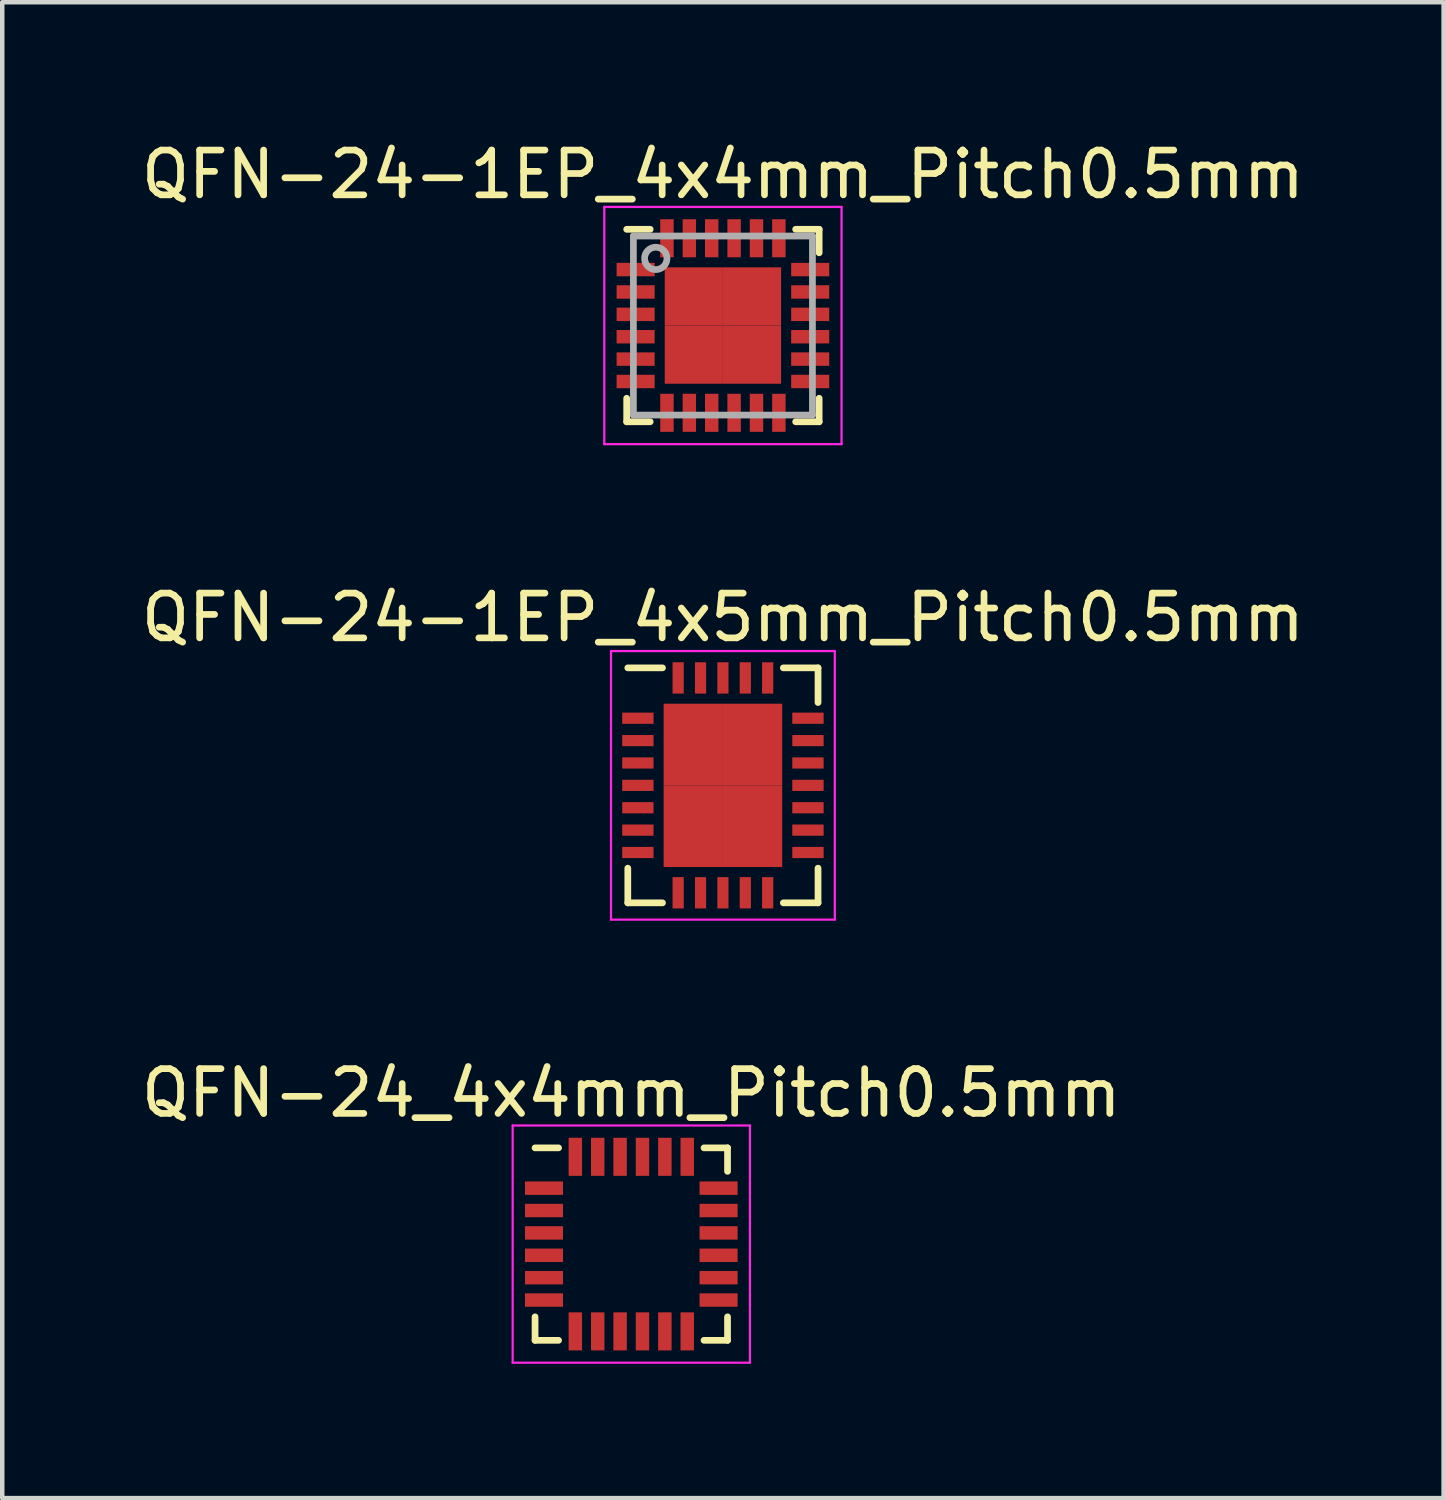
<source format=kicad_pcb>
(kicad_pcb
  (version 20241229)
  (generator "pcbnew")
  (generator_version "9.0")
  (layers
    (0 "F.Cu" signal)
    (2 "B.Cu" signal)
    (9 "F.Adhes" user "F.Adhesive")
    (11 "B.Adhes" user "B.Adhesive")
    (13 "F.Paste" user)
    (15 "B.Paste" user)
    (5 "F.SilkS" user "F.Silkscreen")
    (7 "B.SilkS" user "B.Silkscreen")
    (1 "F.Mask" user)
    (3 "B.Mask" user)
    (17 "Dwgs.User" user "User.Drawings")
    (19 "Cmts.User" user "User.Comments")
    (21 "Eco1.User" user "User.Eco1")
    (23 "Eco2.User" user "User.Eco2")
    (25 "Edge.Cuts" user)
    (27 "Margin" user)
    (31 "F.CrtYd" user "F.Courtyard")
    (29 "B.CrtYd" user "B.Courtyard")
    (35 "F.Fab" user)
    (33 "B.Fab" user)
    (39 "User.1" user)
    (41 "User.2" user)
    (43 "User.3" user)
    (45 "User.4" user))
  (footprint "QFN-24-1EP_4x5mm_Pitch0.5mm"
    (layer "F.Cu")
    (at 13.101 14.496)
    (property "Reference" "QFN-24-1EP_4x5mm_Pitch0.5mm" (at 0 -3.75 0) (layer "F.SilkS") (effects (font (size 1 1) (thickness 0.15))))
    (attr smd)
    (fp_line (start -2.125 -2.625) (end -1.35 -2.625) (stroke (width 0.15) (type solid)) (layer "F.SilkS"))
    (fp_line (start -2.125 2.625) (end -2.125 1.85) (stroke (width 0.15) (type solid)) (layer "F.SilkS"))
    (fp_line (start -2.125 2.625) (end -1.35 2.625) (stroke (width 0.15) (type solid)) (layer "F.SilkS"))
    (fp_line (start 2.125 -2.625) (end 1.35 -2.625) (stroke (width 0.15) (type solid)) (layer "F.SilkS"))
    (fp_line (start 2.125 -2.625) (end 2.125 -1.85) (stroke (width 0.15) (type solid)) (layer "F.SilkS"))
    (fp_line (start 2.125 2.625) (end 1.35 2.625) (stroke (width 0.15) (type solid)) (layer "F.SilkS"))
    (fp_line (start 2.125 2.625) (end 2.125 1.85) (stroke (width 0.15) (type solid)) (layer "F.SilkS"))
    (fp_line (start -2.5 -3) (end -2.5 3) (stroke (width 0.05) (type solid)) (layer "F.CrtYd"))
    (fp_line (start -2.5 -3) (end 2.5 -3) (stroke (width 0.05) (type solid)) (layer "F.CrtYd"))
    (fp_line (start -2.5 3) (end 2.5 3) (stroke (width 0.05) (type solid)) (layer "F.CrtYd"))
    (fp_line (start 2.5 -3) (end 2.5 3) (stroke (width 0.05) (type solid)) (layer "F.CrtYd"))
    (pad "1" smd rect (at -1.9 -1.5) (size 0.7 0.25) (layers "F.Cu" "F.Mask" "F.Paste"))
    (pad "2" smd rect (at -1.9 -1) (size 0.7 0.25) (layers "F.Cu" "F.Mask" "F.Paste"))
    (pad "3" smd rect (at -1.9 -0.5) (size 0.7 0.25) (layers "F.Cu" "F.Mask" "F.Paste"))
    (pad "4" smd rect (at -1.9 0) (size 0.7 0.25) (layers "F.Cu" "F.Mask" "F.Paste"))
    (pad "5" smd rect (at -1.9 0.5) (size 0.7 0.25) (layers "F.Cu" "F.Mask" "F.Paste"))
    (pad "6" smd rect (at -1.9 1) (size 0.7 0.25) (layers "F.Cu" "F.Mask" "F.Paste"))
    (pad "7" smd rect (at -1.9 1.5) (size 0.7 0.25) (layers "F.Cu" "F.Mask" "F.Paste"))
    (pad "8" smd rect (at -1 2.4 90) (size 0.7 0.25) (layers "F.Cu" "F.Mask" "F.Paste"))
    (pad "9" smd rect (at -0.5 2.4 90) (size 0.7 0.25) (layers "F.Cu" "F.Mask" "F.Paste"))
    (pad "10" smd rect (at 0 2.4 90) (size 0.7 0.25) (layers "F.Cu" "F.Mask" "F.Paste"))
    (pad "11" smd rect (at 0.5 2.4 90) (size 0.7 0.25) (layers "F.Cu" "F.Mask" "F.Paste"))
    (pad "12" smd rect (at 1 2.4 90) (size 0.7 0.25) (layers "F.Cu" "F.Mask" "F.Paste"))
    (pad "13" smd rect (at 1.9 1.5) (size 0.7 0.25) (layers "F.Cu" "F.Mask" "F.Paste"))
    (pad "14" smd rect (at 1.9 1) (size 0.7 0.25) (layers "F.Cu" "F.Mask" "F.Paste"))
    (pad "15" smd rect (at 1.9 0.5) (size 0.7 0.25) (layers "F.Cu" "F.Mask" "F.Paste"))
    (pad "16" smd rect (at 1.9 0) (size 0.7 0.25) (layers "F.Cu" "F.Mask" "F.Paste"))
    (pad "17" smd rect (at 1.9 -0.5) (size 0.7 0.25) (layers "F.Cu" "F.Mask" "F.Paste"))
    (pad "18" smd rect (at 1.9 -1) (size 0.7 0.25) (layers "F.Cu" "F.Mask" "F.Paste"))
    (pad "19" smd rect (at 1.9 -1.5) (size 0.7 0.25) (layers "F.Cu" "F.Mask" "F.Paste"))
    (pad "20" smd rect (at 1 -2.4 90) (size 0.7 0.25) (layers "F.Cu" "F.Mask" "F.Paste"))
    (pad "21" smd rect (at 0.5 -2.4 90) (size 0.7 0.25) (layers "F.Cu" "F.Mask" "F.Paste"))
    (pad "22" smd rect (at 0 -2.4 90) (size 0.7 0.25) (layers "F.Cu" "F.Mask" "F.Paste"))
    (pad "23" smd rect (at -0.5 -2.4 90) (size 0.7 0.25) (layers "F.Cu" "F.Mask" "F.Paste"))
    (pad "24" smd rect (at -1 -2.4 90) (size 0.7 0.25) (layers "F.Cu" "F.Mask" "F.Paste"))
    (pad "25" smd rect (at -0.662 -0.912) (size 1.325 1.825) (layers "F.Cu" "F.Mask" "F.Paste"))
    (pad "25" smd rect (at -0.662 0.912) (size 1.325 1.825) (layers "F.Cu" "F.Mask" "F.Paste"))
    (pad "25" smd rect (at 0.662 -0.912) (size 1.325 1.825) (layers "F.Cu" "F.Mask" "F.Paste"))
    (pad "25" smd rect (at 0.662 0.912) (size 1.325 1.825) (layers "F.Cu" "F.Mask" "F.Paste")))
  (footprint "QFN-24_4x4mm_Pitch0.5mm"
    (layer "F.Cu")
    (at 11.054 24.745)
    (property "Reference" "QFN-24_4x4mm_Pitch0.5mm" (at 0 -3.375 0) (layer "F.SilkS") (effects (font (size 1 1) (thickness 0.15))))
    (attr smd)
    (fp_line (start -2.15 -2.15) (end -1.625 -2.15) (stroke (width 0.15) (type solid)) (layer "F.SilkS"))
    (fp_line (start -2.15 2.15) (end -2.15 1.625) (stroke (width 0.15) (type solid)) (layer "F.SilkS"))
    (fp_line (start -2.15 2.15) (end -1.625 2.15) (stroke (width 0.15) (type solid)) (layer "F.SilkS"))
    (fp_line (start 2.15 -2.15) (end 1.625 -2.15) (stroke (width 0.15) (type solid)) (layer "F.SilkS"))
    (fp_line (start 2.15 -2.15) (end 2.15 -1.625) (stroke (width 0.15) (type solid)) (layer "F.SilkS"))
    (fp_line (start 2.15 2.15) (end 1.625 2.15) (stroke (width 0.15) (type solid)) (layer "F.SilkS"))
    (fp_line (start 2.15 2.15) (end 2.15 1.625) (stroke (width 0.15) (type solid)) (layer "F.SilkS"))
    (fp_line (start -2.65 -2.65) (end -2.65 2.65) (stroke (width 0.05) (type solid)) (layer "F.CrtYd"))
    (fp_line (start -2.65 -2.65) (end 2.65 -2.65) (stroke (width 0.05) (type solid)) (layer "F.CrtYd"))
    (fp_line (start -2.65 2.65) (end 2.65 2.65) (stroke (width 0.05) (type solid)) (layer "F.CrtYd"))
    (fp_line (start 2.65 -2.65) (end 2.65 2.65) (stroke (width 0.05) (type solid)) (layer "F.CrtYd"))
    (pad "1" smd rect (at -1.95 -1.25) (size 0.85 0.3) (layers "F.Cu" "F.Mask" "F.Paste"))
    (pad "2" smd rect (at -1.95 -0.75) (size 0.85 0.3) (layers "F.Cu" "F.Mask" "F.Paste"))
    (pad "3" smd rect (at -1.95 -0.25) (size 0.85 0.3) (layers "F.Cu" "F.Mask" "F.Paste"))
    (pad "4" smd rect (at -1.95 0.25) (size 0.85 0.3) (layers "F.Cu" "F.Mask" "F.Paste"))
    (pad "5" smd rect (at -1.95 0.75) (size 0.85 0.3) (layers "F.Cu" "F.Mask" "F.Paste"))
    (pad "6" smd rect (at -1.95 1.25) (size 0.85 0.3) (layers "F.Cu" "F.Mask" "F.Paste"))
    (pad "7" smd rect (at -1.25 1.95 90) (size 0.85 0.3) (layers "F.Cu" "F.Mask" "F.Paste"))
    (pad "8" smd rect (at -0.75 1.95 90) (size 0.85 0.3) (layers "F.Cu" "F.Mask" "F.Paste"))
    (pad "9" smd rect (at -0.25 1.95 90) (size 0.85 0.3) (layers "F.Cu" "F.Mask" "F.Paste"))
    (pad "10" smd rect (at 0.25 1.95 90) (size 0.85 0.3) (layers "F.Cu" "F.Mask" "F.Paste"))
    (pad "11" smd rect (at 0.75 1.95 90) (size 0.85 0.3) (layers "F.Cu" "F.Mask" "F.Paste"))
    (pad "12" smd rect (at 1.25 1.95 90) (size 0.85 0.3) (layers "F.Cu" "F.Mask" "F.Paste"))
    (pad "13" smd rect (at 1.95 1.25) (size 0.85 0.3) (layers "F.Cu" "F.Mask" "F.Paste"))
    (pad "14" smd rect (at 1.95 0.75) (size 0.85 0.3) (layers "F.Cu" "F.Mask" "F.Paste"))
    (pad "15" smd rect (at 1.95 0.25) (size 0.85 0.3) (layers "F.Cu" "F.Mask" "F.Paste"))
    (pad "16" smd rect (at 1.95 -0.25) (size 0.85 0.3) (layers "F.Cu" "F.Mask" "F.Paste"))
    (pad "17" smd rect (at 1.95 -0.75) (size 0.85 0.3) (layers "F.Cu" "F.Mask" "F.Paste"))
    (pad "18" smd rect (at 1.95 -1.25) (size 0.85 0.3) (layers "F.Cu" "F.Mask" "F.Paste"))
    (pad "19" smd rect (at 1.25 -1.95 90) (size 0.85 0.3) (layers "F.Cu" "F.Mask" "F.Paste"))
    (pad "20" smd rect (at 0.75 -1.95 90) (size 0.85 0.3) (layers "F.Cu" "F.Mask" "F.Paste"))
    (pad "21" smd rect (at 0.25 -1.95 90) (size 0.85 0.3) (layers "F.Cu" "F.Mask" "F.Paste"))
    (pad "22" smd rect (at -0.25 -1.95 90) (size 0.85 0.3) (layers "F.Cu" "F.Mask" "F.Paste"))
    (pad "23" smd rect (at -0.75 -1.95 90) (size 0.85 0.3) (layers "F.Cu" "F.Mask" "F.Paste"))
    (pad "24" smd rect (at -1.25 -1.95 90) (size 0.85 0.3) (layers "F.Cu" "F.Mask" "F.Paste")))
  (footprint "QFN-24-1EP_4x4mm_Pitch0.5mm"
    (layer "F.Cu")
    (at 13.101 4.223)
    (property "Reference" "QFN-24-1EP_4x4mm_Pitch0.5mm" (at 0 -3.375 0) (layer "F.SilkS") (effects (font (size 1 1) (thickness 0.15))))
    (attr smd)
    (fp_line (start -2.15 -2.15) (end -1.625 -2.15) (stroke (width 0.15) (type solid)) (layer "F.SilkS"))
    (fp_line (start -2.15 2.15) (end -2.15 1.625) (stroke (width 0.15) (type solid)) (layer "F.SilkS"))
    (fp_line (start -2.15 2.15) (end -1.625 2.15) (stroke (width 0.15) (type solid)) (layer "F.SilkS"))
    (fp_line (start 2.15 -2.15) (end 1.625 -2.15) (stroke (width 0.15) (type solid)) (layer "F.SilkS"))
    (fp_line (start 2.15 -2.15) (end 2.15 -1.625) (stroke (width 0.15) (type solid)) (layer "F.SilkS"))
    (fp_line (start 2.15 2.15) (end 1.625 2.15) (stroke (width 0.15) (type solid)) (layer "F.SilkS"))
    (fp_line (start 2.15 2.15) (end 2.15 1.625) (stroke (width 0.15) (type solid)) (layer "F.SilkS"))
    (fp_line (start -2.65 -2.65) (end -2.65 2.65) (stroke (width 0.05) (type solid)) (layer "F.CrtYd"))
    (fp_line (start -2.65 -2.65) (end 2.65 -2.65) (stroke (width 0.05) (type solid)) (layer "F.CrtYd"))
    (fp_line (start -2.65 2.65) (end 2.65 2.65) (stroke (width 0.05) (type solid)) (layer "F.CrtYd"))
    (fp_line (start 2.65 -2.65) (end 2.65 2.65) (stroke (width 0.05) (type solid)) (layer "F.CrtYd"))
    (fp_line (start -2 -2) (end 2 -2) (stroke (width 0.15) (type solid)) (layer "F.Fab"))
    (fp_line (start -2 2) (end -2 -2) (stroke (width 0.15) (type solid)) (layer "F.Fab"))
    (fp_line (start 2 -2) (end 2 2) (stroke (width 0.15) (type solid)) (layer "F.Fab"))
    (fp_line (start 2 2) (end -2 2) (stroke (width 0.15) (type solid)) (layer "F.Fab"))
    (fp_circle (center -1.5 -1.5) (end -1.75 -1.5) (stroke (width 0.15) (type solid)) (fill no) (layer "F.Fab"))
    (pad "1" smd rect (at -1.95 -1.25) (size 0.85 0.3) (layers "F.Cu" "F.Mask" "F.Paste"))
    (pad "2" smd rect (at -1.95 -0.75) (size 0.85 0.3) (layers "F.Cu" "F.Mask" "F.Paste"))
    (pad "3" smd rect (at -1.95 -0.25) (size 0.85 0.3) (layers "F.Cu" "F.Mask" "F.Paste"))
    (pad "4" smd rect (at -1.95 0.25) (size 0.85 0.3) (layers "F.Cu" "F.Mask" "F.Paste"))
    (pad "5" smd rect (at -1.95 0.75) (size 0.85 0.3) (layers "F.Cu" "F.Mask" "F.Paste"))
    (pad "6" smd rect (at -1.95 1.25) (size 0.85 0.3) (layers "F.Cu" "F.Mask" "F.Paste"))
    (pad "7" smd rect (at -1.25 1.95 90) (size 0.85 0.3) (layers "F.Cu" "F.Mask" "F.Paste"))
    (pad "8" smd rect (at -0.75 1.95 90) (size 0.85 0.3) (layers "F.Cu" "F.Mask" "F.Paste"))
    (pad "9" smd rect (at -0.25 1.95 90) (size 0.85 0.3) (layers "F.Cu" "F.Mask" "F.Paste"))
    (pad "10" smd rect (at 0.25 1.95 90) (size 0.85 0.3) (layers "F.Cu" "F.Mask" "F.Paste"))
    (pad "11" smd rect (at 0.75 1.95 90) (size 0.85 0.3) (layers "F.Cu" "F.Mask" "F.Paste"))
    (pad "12" smd rect (at 1.25 1.95 90) (size 0.85 0.3) (layers "F.Cu" "F.Mask" "F.Paste"))
    (pad "13" smd rect (at 1.95 1.25) (size 0.85 0.3) (layers "F.Cu" "F.Mask" "F.Paste"))
    (pad "14" smd rect (at 1.95 0.75) (size 0.85 0.3) (layers "F.Cu" "F.Mask" "F.Paste"))
    (pad "15" smd rect (at 1.95 0.25) (size 0.85 0.3) (layers "F.Cu" "F.Mask" "F.Paste"))
    (pad "16" smd rect (at 1.95 -0.25) (size 0.85 0.3) (layers "F.Cu" "F.Mask" "F.Paste"))
    (pad "17" smd rect (at 1.95 -0.75) (size 0.85 0.3) (layers "F.Cu" "F.Mask" "F.Paste"))
    (pad "18" smd rect (at 1.95 -1.25) (size 0.85 0.3) (layers "F.Cu" "F.Mask" "F.Paste"))
    (pad "19" smd rect (at 1.25 -1.95 90) (size 0.85 0.3) (layers "F.Cu" "F.Mask" "F.Paste"))
    (pad "20" smd rect (at 0.75 -1.95 90) (size 0.85 0.3) (layers "F.Cu" "F.Mask" "F.Paste"))
    (pad "21" smd rect (at 0.25 -1.95 90) (size 0.85 0.3) (layers "F.Cu" "F.Mask" "F.Paste"))
    (pad "22" smd rect (at -0.25 -1.95 90) (size 0.85 0.3) (layers "F.Cu" "F.Mask" "F.Paste"))
    (pad "23" smd rect (at -0.75 -1.95 90) (size 0.85 0.3) (layers "F.Cu" "F.Mask" "F.Paste"))
    (pad "24" smd rect (at -1.25 -1.95 90) (size 0.85 0.3) (layers "F.Cu" "F.Mask" "F.Paste"))
    (pad "25" smd rect (at -0.65 -0.65) (size 1.3 1.3) (layers "F.Cu" "F.Mask" "F.Paste"))
    (pad "25" smd rect (at -0.65 0.65) (size 1.3 1.3) (layers "F.Cu" "F.Mask" "F.Paste"))
    (pad "25" smd rect (at 0.65 -0.65) (size 1.3 1.3) (layers "F.Cu" "F.Mask" "F.Paste"))
    (pad "25" smd rect (at 0.65 0.65) (size 1.3 1.3) (layers "F.Cu" "F.Mask" "F.Paste")))
  (gr_rect
    (start -3 -3)
    (end 29.202 30.42)
    (stroke (width 0.1) (type default))
    (fill no)
    (layer "Edge.Cuts")))
</source>
